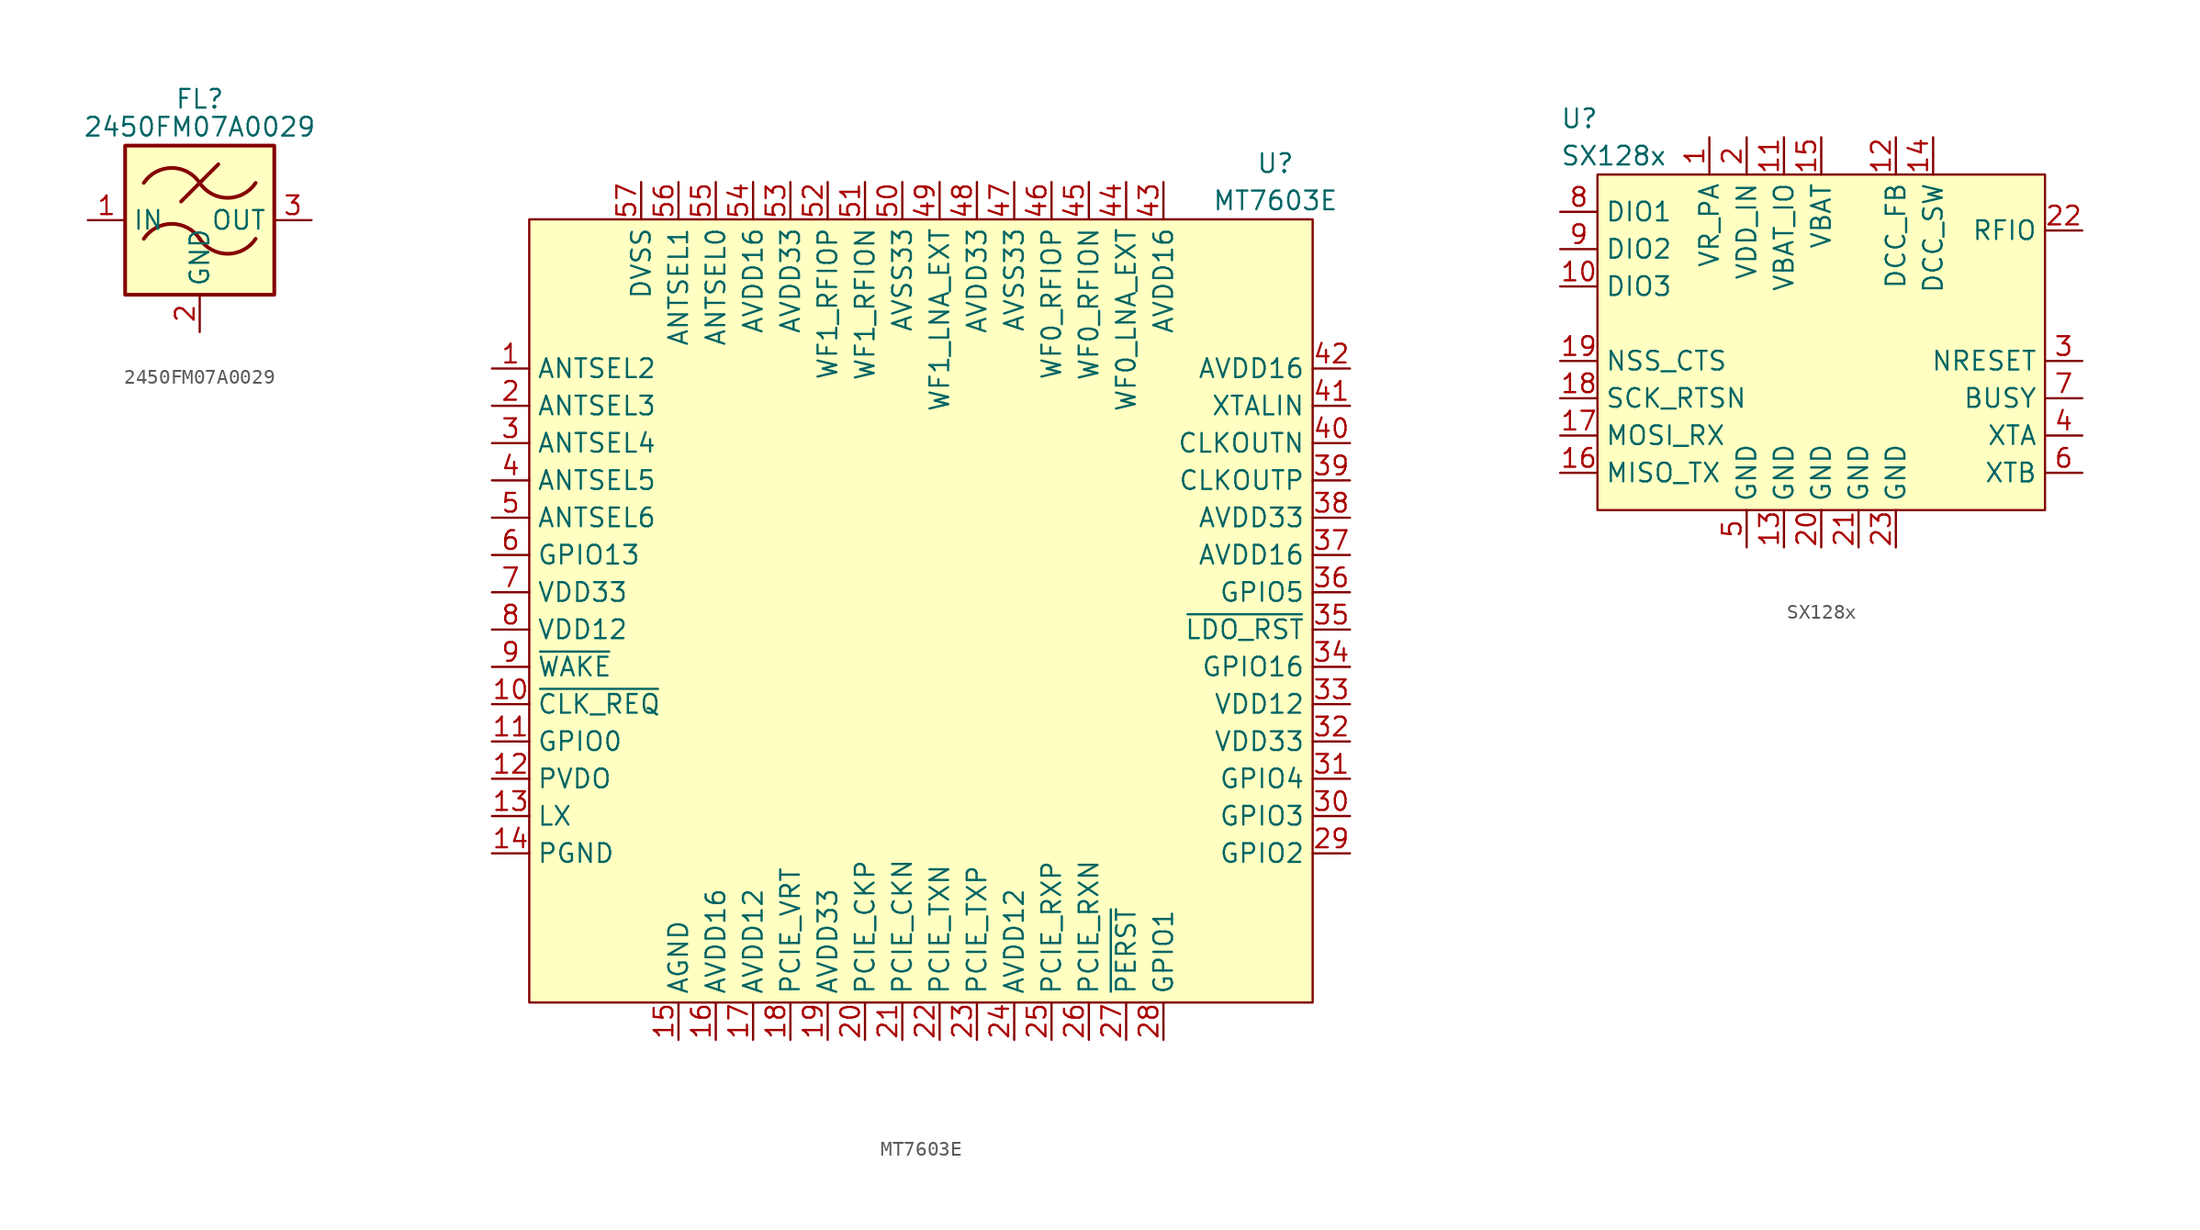
<source format=kicad_sym>
(kicad_symbol_lib
  (version 20231120)
  (generator "kicad_symbol_editor")
  (generator_version "8.0")
  (symbol "2450FM07A0029"
    (property "Reference" "FL"
      (at 0 8.255 0)
      (effects (font (size 1.27 1.27))))
    (property "Value" "2450FM07A0029"
      (at 0 6.35 0)
      (effects (font (size 1.27 1.27))))
    (symbol "2450FM07A0029_0_1"
      (rectangle (start -5.08 5.08) (end 5.08 -5.08) (stroke (width 0.254) (type default)) (fill (type background)))
      (arc (start 0 -1.27) (mid -1.905 -0.2505) (end -3.81 -1.27) (stroke (width 0.254) (type default)) (fill (type none)))
      (arc (start 0 -1.27) (mid 1.905 -2.2895) (end 3.81 -1.27) (stroke (width 0.254) (type default)) (fill (type none)))
      (polyline (pts (xy -1.27 1.27) (xy 1.27 3.81)) (stroke (width 0.254) (type default)) (fill (type none)))
      (arc (start 0 2.54) (mid -1.905 3.5595) (end -3.81 2.54) (stroke (width 0.254) (type default)) (fill (type none)))
      (arc (start 0 2.54) (mid 1.905 1.5205) (end 3.81 2.54) (stroke (width 0.254) (type default)) (fill (type none))))
    (symbol "2450FM07A0029_1_1"
      (pin passive line (at -7.62 0 0) (length 2.54) (name "IN" (effects (font (size 1.27 1.27)))) (number "1" (effects (font (size 1.27 1.27)))))
      (pin passive line (at 0 -7.62 90) (length 2.54) (name "GND" (effects (font (size 1.27 1.27)))) (number "2" (effects (font (size 1.27 1.27)))))
      (pin passive line (at 7.62 0 180) (length 2.54) (name "OUT" (effects (font (size 1.27 1.27)))) (number "3" (effects (font (size 1.27 1.27)))))
      (pin passive line (at 0 -7.62 90) (length 2.54) hide (name "GND" (effects (font (size 1.27 1.27)))) (number "4" (effects (font (size 1.27 1.27)))))))
  (symbol "MT7603E"
    (property "Reference" "U"
      (at 24.13 30.48 0)
      (effects (font (size 1.27 1.27))))
    (property "Value" "MT7603E"
      (at 24.13 27.94 0)
      (effects (font (size 1.27 1.27))))
    (symbol "MT7603E_0_0"
      (pin bidirectional line (at -29.21 16.51 0) (length 2.54) (name "ANTSEL2" (effects (font (size 1.27 1.27)))) (number "1" (effects (font (size 1.27 1.27)))))
      (pin bidirectional line (at -29.21 -6.35 0) (length 2.54) (name "~{CLK_REQ}" (effects (font (size 1.27 1.27)))) (number "10" (effects (font (size 1.27 1.27)))))
      (pin bidirectional line (at -29.21 -8.89 0) (length 2.54) (name "GPIO0" (effects (font (size 1.27 1.27)))) (number "11" (effects (font (size 1.27 1.27)))))
      (pin input line (at -29.21 -11.43 0) (length 2.54) (name "PVDO" (effects (font (size 1.27 1.27)))) (number "12" (effects (font (size 1.27 1.27)))))
      (pin bidirectional line (at -29.21 -13.97 0) (length 2.54) (name "LX" (effects (font (size 1.27 1.27)))) (number "13" (effects (font (size 1.27 1.27)))))
      (pin bidirectional line (at -29.21 -16.51 0) (length 2.54) (name "PGND" (effects (font (size 1.27 1.27)))) (number "14" (effects (font (size 1.27 1.27)))))
      (pin bidirectional line (at -16.51 -29.21 90) (length 2.54) (name "AGND" (effects (font (size 1.27 1.27)))) (number "15" (effects (font (size 1.27 1.27)))))
      (pin input line (at -13.97 -29.21 90) (length 2.54) (name "AVDD16" (effects (font (size 1.27 1.27)))) (number "16" (effects (font (size 1.27 1.27)))))
      (pin input line (at -11.43 -29.21 90) (length 2.54) (name "AVDD12" (effects (font (size 1.27 1.27)))) (number "17" (effects (font (size 1.27 1.27)))))
      (pin bidirectional line (at -8.89 -29.21 90) (length 2.54) (name "PCIE_VRT" (effects (font (size 1.27 1.27)))) (number "18" (effects (font (size 1.27 1.27)))))
      (pin unspecified line (at -6.35 -29.21 90) (length 2.54) (name "AVDD33" (effects (font (size 1.27 1.27)))) (number "19" (effects (font (size 1.27 1.27)))))
      (pin bidirectional line (at -29.21 13.97 0) (length 2.54) (name "ANTSEL3" (effects (font (size 1.27 1.27)))) (number "2" (effects (font (size 1.27 1.27)))))
      (pin input line (at -3.81 -29.21 90) (length 2.54) (name "PCIE_CKP" (effects (font (size 1.27 1.27)))) (number "20" (effects (font (size 1.27 1.27)))))
      (pin input line (at -1.27 -29.21 90) (length 2.54) (name "PCIE_CKN" (effects (font (size 1.27 1.27)))) (number "21" (effects (font (size 1.27 1.27)))))
      (pin output line (at 1.27 -29.21 90) (length 2.54) (name "PCIE_TXN" (effects (font (size 1.27 1.27)))) (number "22" (effects (font (size 1.27 1.27)))))
      (pin output line (at 3.81 -29.21 90) (length 2.54) (name "PCIE_TXP" (effects (font (size 1.27 1.27)))) (number "23" (effects (font (size 1.27 1.27)))))
      (pin unspecified line (at 6.35 -29.21 90) (length 2.54) (name "AVDD12" (effects (font (size 1.27 1.27)))) (number "24" (effects (font (size 1.27 1.27)))))
      (pin input line (at 8.89 -29.21 90) (length 2.54) (name "PCIE_RXP" (effects (font (size 1.27 1.27)))) (number "25" (effects (font (size 1.27 1.27)))))
      (pin input line (at 11.43 -29.21 90) (length 2.54) (name "PCIE_RXN" (effects (font (size 1.27 1.27)))) (number "26" (effects (font (size 1.27 1.27)))))
      (pin input line (at 13.97 -29.21 90) (length 2.54) (name "~{PERST}" (effects (font (size 1.27 1.27)))) (number "27" (effects (font (size 1.27 1.27)))))
      (pin bidirectional line (at 16.51 -29.21 90) (length 2.54) (name "GPIO1" (effects (font (size 1.27 1.27)))) (number "28" (effects (font (size 1.27 1.27)))))
      (pin bidirectional line (at 29.21 -16.51 180) (length 2.54) (name "GPIO2" (effects (font (size 1.27 1.27)))) (number "29" (effects (font (size 1.27 1.27)))))
      (pin bidirectional line (at -29.21 11.43 0) (length 2.54) (name "ANTSEL4" (effects (font (size 1.27 1.27)))) (number "3" (effects (font (size 1.27 1.27)))))
      (pin bidirectional line (at 29.21 -13.97 180) (length 2.54) (name "GPIO3" (effects (font (size 1.27 1.27)))) (number "30" (effects (font (size 1.27 1.27)))))
      (pin bidirectional line (at 29.21 -11.43 180) (length 2.54) (name "GPIO4" (effects (font (size 1.27 1.27)))) (number "31" (effects (font (size 1.27 1.27)))))
      (pin input line (at 29.21 -8.89 180) (length 2.54) (name "VDD33" (effects (font (size 1.27 1.27)))) (number "32" (effects (font (size 1.27 1.27)))))
      (pin input line (at 29.21 -6.35 180) (length 2.54) (name "VDD12" (effects (font (size 1.27 1.27)))) (number "33" (effects (font (size 1.27 1.27)))))
      (pin bidirectional line (at 29.21 -3.81 180) (length 2.54) (name "GPIO16" (effects (font (size 1.27 1.27)))) (number "34" (effects (font (size 1.27 1.27)))))
      (pin input line (at 29.21 -1.27 180) (length 2.54) (name "~{LDO_RST}" (effects (font (size 1.27 1.27)))) (number "35" (effects (font (size 1.27 1.27)))))
      (pin bidirectional line (at 29.21 1.27 180) (length 2.54) (name "GPIO5" (effects (font (size 1.27 1.27)))) (number "36" (effects (font (size 1.27 1.27)))))
      (pin input line (at 29.21 3.81 180) (length 2.54) (name "AVDD16" (effects (font (size 1.27 1.27)))) (number "37" (effects (font (size 1.27 1.27)))))
      (pin input line (at 29.21 6.35 180) (length 2.54) (name "AVDD33" (effects (font (size 1.27 1.27)))) (number "38" (effects (font (size 1.27 1.27)))))
      (pin output line (at 29.21 8.89 180) (length 2.54) (name "CLKOUTP" (effects (font (size 1.27 1.27)))) (number "39" (effects (font (size 1.27 1.27)))))
      (pin bidirectional line (at -29.21 8.89 0) (length 2.54) (name "ANTSEL5" (effects (font (size 1.27 1.27)))) (number "4" (effects (font (size 1.27 1.27)))))
      (pin output line (at 29.21 11.43 180) (length 2.54) (name "CLKOUTN" (effects (font (size 1.27 1.27)))) (number "40" (effects (font (size 1.27 1.27)))))
      (pin input line (at 29.21 13.97 180) (length 2.54) (name "XTALIN" (effects (font (size 1.27 1.27)))) (number "41" (effects (font (size 1.27 1.27)))))
      (pin input line (at 29.21 16.51 180) (length 2.54) (name "AVDD16" (effects (font (size 1.27 1.27)))) (number "42" (effects (font (size 1.27 1.27)))))
      (pin input line (at 16.51 29.21 270) (length 2.54) (name "AVDD16" (effects (font (size 1.27 1.27)))) (number "43" (effects (font (size 1.27 1.27)))))
      (pin input line (at 13.97 29.21 270) (length 2.54) (name "WF0_LNA_EXT" (effects (font (size 1.27 1.27)))) (number "44" (effects (font (size 1.27 1.27)))))
      (pin bidirectional line (at 11.43 29.21 270) (length 2.54) (name "WF0_RFION" (effects (font (size 1.27 1.27)))) (number "45" (effects (font (size 1.27 1.27)))))
      (pin bidirectional line (at 8.89 29.21 270) (length 2.54) (name "WF0_RFIOP" (effects (font (size 1.27 1.27)))) (number "46" (effects (font (size 1.27 1.27)))))
      (pin input line (at 6.35 29.21 270) (length 2.54) (name "AVSS33" (effects (font (size 1.27 1.27)))) (number "47" (effects (font (size 1.27 1.27)))))
      (pin input line (at 3.81 29.21 270) (length 2.54) (name "AVDD33" (effects (font (size 1.27 1.27)))) (number "48" (effects (font (size 1.27 1.27)))))
      (pin input line (at 1.27 29.21 270) (length 2.54) (name "WF1_LNA_EXT" (effects (font (size 1.27 1.27)))) (number "49" (effects (font (size 1.27 1.27)))))
      (pin bidirectional line (at -29.21 6.35 0) (length 2.54) (name "ANTSEL6" (effects (font (size 1.27 1.27)))) (number "5" (effects (font (size 1.27 1.27)))))
      (pin input line (at -1.27 29.21 270) (length 2.54) (name "AVSS33" (effects (font (size 1.27 1.27)))) (number "50" (effects (font (size 1.27 1.27)))))
      (pin bidirectional line (at -3.81 29.21 270) (length 2.54) (name "WF1_RFION" (effects (font (size 1.27 1.27)))) (number "51" (effects (font (size 1.27 1.27)))))
      (pin bidirectional line (at -6.35 29.21 270) (length 2.54) (name "WF1_RFIOP" (effects (font (size 1.27 1.27)))) (number "52" (effects (font (size 1.27 1.27)))))
      (pin input line (at -8.89 29.21 270) (length 2.54) (name "AVDD33" (effects (font (size 1.27 1.27)))) (number "53" (effects (font (size 1.27 1.27)))))
      (pin input line (at -11.43 29.21 270) (length 2.54) (name "AVDD16" (effects (font (size 1.27 1.27)))) (number "54" (effects (font (size 1.27 1.27)))))
      (pin bidirectional line (at -13.97 29.21 270) (length 2.54) (name "ANTSEL0" (effects (font (size 1.27 1.27)))) (number "55" (effects (font (size 1.27 1.27)))))
      (pin bidirectional line (at -16.51 29.21 270) (length 2.54) (name "ANTSEL1" (effects (font (size 1.27 1.27)))) (number "56" (effects (font (size 1.27 1.27)))))
      (pin input line (at -19.05 29.21 270) (length 2.54) (name "DVSS" (effects (font (size 1.27 1.27)))) (number "57" (effects (font (size 1.27 1.27)))))
      (pin bidirectional line (at -29.21 3.81 0) (length 2.54) (name "GPIO13" (effects (font (size 1.27 1.27)))) (number "6" (effects (font (size 1.27 1.27)))))
      (pin input line (at -29.21 1.27 0) (length 2.54) (name "VDD33" (effects (font (size 1.27 1.27)))) (number "7" (effects (font (size 1.27 1.27)))))
      (pin input line (at -29.21 -1.27 0) (length 2.54) (name "VDD12" (effects (font (size 1.27 1.27)))) (number "8" (effects (font (size 1.27 1.27)))))
      (pin bidirectional line (at -29.21 -3.81 0) (length 2.54) (name "~{WAKE}" (effects (font (size 1.27 1.27)))) (number "9" (effects (font (size 1.27 1.27))))))
    (symbol "MT7603E_0_1"
      (rectangle (start -26.67 26.67) (end 26.67 -26.67) (stroke (width 0) (type default)) (fill (type background)))))
  (symbol "SX128x"
    (property "Reference" "U"
      (at -17.78 15.24 0)
      (effects (font (size 1.27 1.27)) (justify left)))
    (property "Value" "SX128x"
      (at -17.78 12.7 0)
      (effects (font (size 1.27 1.27)) (justify left)))
    (symbol "SX128x_0_0"
      (pin bidirectional line (at -17.78 3.81 0) (length 2.54) (name "DIO3" (effects (font (size 1.27 1.27)))) (number "10" (effects (font (size 1.27 1.27)))))
      (pin power_in line (at -2.54 13.97 270) (length 2.54) (name "VBAT_IO" (effects (font (size 1.27 1.27)))) (number "11" (effects (font (size 1.27 1.27)))))
      (pin power_in line (at -2.54 -13.97 90) (length 2.54) (name "GND" (effects (font (size 1.27 1.27)))) (number "13" (effects (font (size 1.27 1.27)))))
      (pin power_out line (at 7.62 13.97 270) (length 2.54) (name "DCC_SW" (effects (font (size 1.27 1.27)))) (number "14" (effects (font (size 1.27 1.27)))))
      (pin power_in line (at 0 13.97 270) (length 2.54) (name "VBAT" (effects (font (size 1.27 1.27)))) (number "15" (effects (font (size 1.27 1.27)))))
      (pin output line (at -17.78 -8.89 0) (length 2.54) (name "MISO_TX" (effects (font (size 1.27 1.27)))) (number "16" (effects (font (size 1.27 1.27)))))
      (pin input line (at -17.78 -6.35 0) (length 2.54) (name "MOSI_RX" (effects (font (size 1.27 1.27)))) (number "17" (effects (font (size 1.27 1.27)))))
      (pin input line (at -17.78 -3.81 0) (length 2.54) (name "SCK_RTSN" (effects (font (size 1.27 1.27)))) (number "18" (effects (font (size 1.27 1.27)))))
      (pin input line (at -17.78 -1.27 0) (length 2.54) (name "NSS_CTS" (effects (font (size 1.27 1.27)))) (number "19" (effects (font (size 1.27 1.27)))))
      (pin power_in line (at -5.08 13.97 270) (length 2.54) (name "VDD_IN" (effects (font (size 1.27 1.27)))) (number "2" (effects (font (size 1.27 1.27)))))
      (pin power_in line (at 0 -13.97 90) (length 2.54) (name "GND" (effects (font (size 1.27 1.27)))) (number "20" (effects (font (size 1.27 1.27)))))
      (pin power_in line (at 2.54 -13.97 90) (length 2.54) (name "GND" (effects (font (size 1.27 1.27)))) (number "21" (effects (font (size 1.27 1.27)))))
      (pin bidirectional line (at 17.78 7.62 180) (length 2.54) (name "RFIO" (effects (font (size 1.27 1.27)))) (number "22" (effects (font (size 1.27 1.27)))))
      (pin power_in line (at 5.08 -13.97 90) (length 2.54) (name "GND" (effects (font (size 1.27 1.27)))) (number "23" (effects (font (size 1.27 1.27)))))
      (pin input line (at 17.78 -1.27 180) (length 2.54) (name "NRESET" (effects (font (size 1.27 1.27)))) (number "3" (effects (font (size 1.27 1.27)))))
      (pin power_in line (at -5.08 -13.97 90) (length 2.54) (name "GND" (effects (font (size 1.27 1.27)))) (number "5" (effects (font (size 1.27 1.27)))))
      (pin input line (at 17.78 -8.89 180) (length 2.54) (name "XTB" (effects (font (size 1.27 1.27)))) (number "6" (effects (font (size 1.27 1.27)))))
      (pin bidirectional line (at -17.78 8.89 0) (length 2.54) (name "DIO1" (effects (font (size 1.27 1.27)))) (number "8" (effects (font (size 1.27 1.27)))))
      (pin bidirectional line (at -17.78 6.35 0) (length 2.54) (name "DIO2" (effects (font (size 1.27 1.27)))) (number "9" (effects (font (size 1.27 1.27))))))
    (symbol "SX128x_0_1"
      (rectangle (start -15.24 11.43) (end 15.24 -11.43) (stroke (width 0) (type default)) (fill (type background))))
    (symbol "SX128x_1_0"
      (pin power_in line (at -7.62 13.97 270) (length 2.54) (name "VR_PA" (effects (font (size 1.27 1.27)))) (number "1" (effects (font (size 1.27 1.27)))))
      (pin power_out line (at 5.08 13.97 270) (length 2.54) (name "DCC_FB" (effects (font (size 1.27 1.27)))) (number "12" (effects (font (size 1.27 1.27)))))
      (pin power_in line (at 0 -13.97 90) (length 2.54) hide (name "GND" (effects (font (size 1.27 1.27)))) (number "24" (effects (font (size 1.27 1.27)))))
      (pin power_in line (at 0 -13.97 90) (length 2.54) hide (name "GND" (effects (font (size 1.27 1.27)))) (number "25" (effects (font (size 1.27 1.27)))))
      (pin bidirectional line (at 17.78 -6.35 180) (length 2.54) (name "XTA" (effects (font (size 1.27 1.27)))) (number "4" (effects (font (size 1.27 1.27)))))
      (pin bidirectional line (at 17.78 -3.81 180) (length 2.54) (name "BUSY" (effects (font (size 1.27 1.27)))) (number "7" (effects (font (size 1.27 1.27))))))))
</source>
